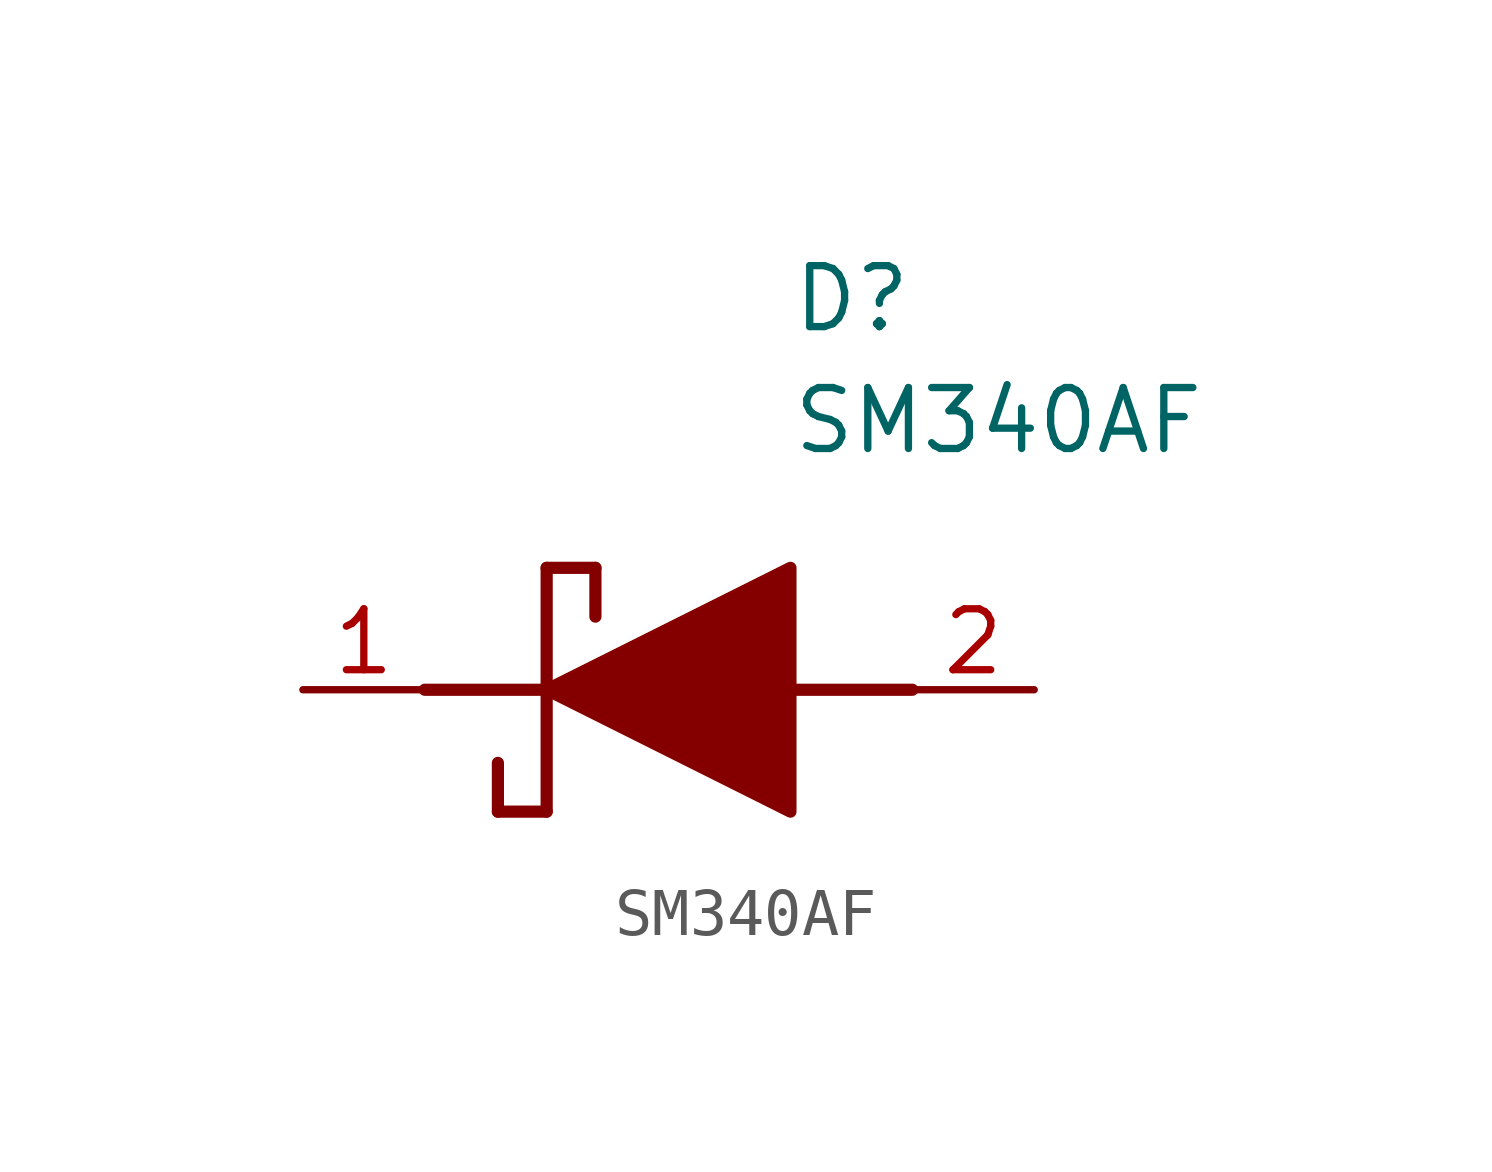
<source format=kicad_sym>
(kicad_symbol_lib
  (version 20211014)
  (generator SamacSys_ECAD_Model)
  (symbol "SM340AF"
    (pin_names hide)
    (property "Reference" "D"
      (at 12.7 8.89 0)
      (effects (font (size 1.27 1.27)) (justify left top)))
    (property "Value" "SM340AF"
      (at 12.7 6.35 0)
      (effects (font (size 1.27 1.27)) (justify left top)))
    (polyline
      (pts (xy 7.62 2.54) (xy 7.62 -2.54))
      (stroke (width 0.254) (type default))
      (fill (type none)))
    (polyline
      (pts (xy 7.62 2.54) (xy 8.636 2.54))
      (stroke (width 0.254) (type default))
      (fill (type none)))
    (polyline
      (pts (xy 8.636 1.524) (xy 8.636 2.54))
      (stroke (width 0.254) (type default))
      (fill (type none)))
    (polyline
      (pts (xy 7.62 -2.54) (xy 6.604 -2.54))
      (stroke (width 0.254) (type default))
      (fill (type none)))
    (polyline
      (pts (xy 6.604 -1.524) (xy 6.604 -2.54))
      (stroke (width 0.254) (type default))
      (fill (type none)))
    (polyline
      (pts (xy 5.08 0) (xy 7.62 0))
      (stroke (width 0.254) (type default))
      (fill (type none)))
    (polyline
      (pts (xy 12.7 0) (xy 15.24 0))
      (stroke (width 0.254) (type default))
      (fill (type none)))
    (polyline
      (pts (xy 7.62 0) (xy 12.7 2.54) (xy 12.7 -2.54) (xy 7.62 0))
      (stroke (width 0.254) (type default))
      (fill (type outline)))
    (pin passive line
      (at 2.54 0 0)
      (length 2.54)
      (name "K" (effects (font (size 1.27 1.27))))
      (number "1" (effects (font (size 1.27 1.27)))))
    (pin passive line
      (at 17.78 0 180)
      (length 2.54)
      (name "A" (effects (font (size 1.27 1.27))))
      (number "2" (effects (font (size 1.27 1.27)))))))
</source>
